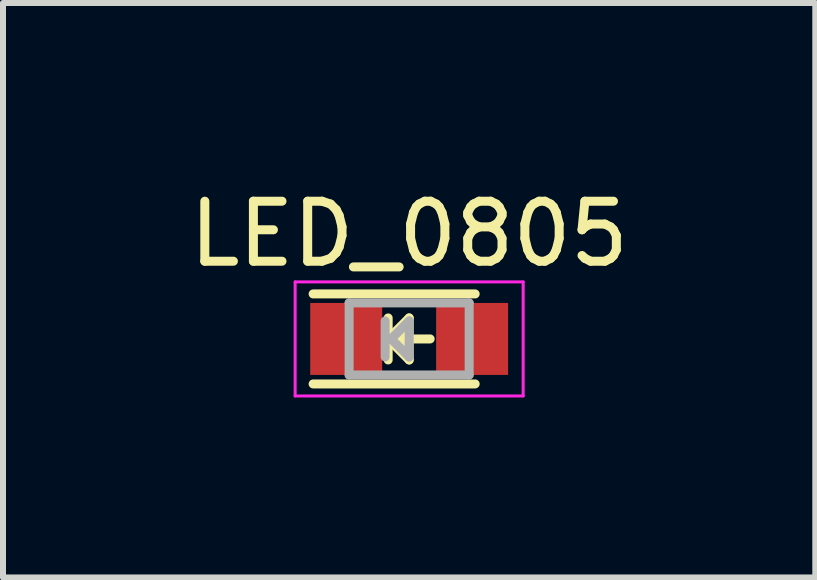
<source format=kicad_pcb>
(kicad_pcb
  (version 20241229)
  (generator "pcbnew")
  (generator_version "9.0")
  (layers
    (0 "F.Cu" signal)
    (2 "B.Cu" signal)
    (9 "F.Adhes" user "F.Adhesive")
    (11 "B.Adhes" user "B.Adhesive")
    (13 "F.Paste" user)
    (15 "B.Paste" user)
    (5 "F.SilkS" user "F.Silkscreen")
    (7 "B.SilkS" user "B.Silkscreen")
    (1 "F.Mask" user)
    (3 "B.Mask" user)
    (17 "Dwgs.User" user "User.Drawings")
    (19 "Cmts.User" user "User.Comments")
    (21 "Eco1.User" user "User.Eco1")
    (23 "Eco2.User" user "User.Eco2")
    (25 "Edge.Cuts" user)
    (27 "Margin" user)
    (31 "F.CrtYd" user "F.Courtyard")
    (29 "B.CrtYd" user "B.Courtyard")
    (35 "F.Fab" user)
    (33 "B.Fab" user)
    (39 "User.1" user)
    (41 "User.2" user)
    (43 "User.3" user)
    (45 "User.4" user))
  (footprint "LED_0805"
    (layer "F.Cu")
    (at 3.768 2.598)
    (property "Reference" "LED_0805" (at 0 -1.75 0) (layer "F.SilkS") (effects (font (size 1 1) (thickness 0.15))))
    (attr smd)
    (fp_line (start -1.6 -0.75) (end 1.1 -0.75) (stroke (width 0.15) (type solid)) (layer "F.SilkS"))
    (fp_line (start -1.6 0.75) (end 1.1 0.75) (stroke (width 0.15) (type solid)) (layer "F.SilkS"))
    (fp_line (start -0.35 -0.35) (end -0.35 0.35) (stroke (width 0.15) (type solid)) (layer "F.SilkS"))
    (fp_line (start -0.35 0) (end 0 -0.35) (stroke (width 0.15) (type solid)) (layer "F.SilkS"))
    (fp_line (start -0.1 -0.1) (end -0.25 0.05) (stroke (width 0.15) (type solid)) (layer "F.SilkS"))
    (fp_line (start -0.1 0.15) (end -0.1 -0.1) (stroke (width 0.15) (type solid)) (layer "F.SilkS"))
    (fp_line (start 0 -0.35) (end 0 0.35) (stroke (width 0.15) (type solid)) (layer "F.SilkS"))
    (fp_line (start 0 0) (end 0.35 0) (stroke (width 0.15) (type solid)) (layer "F.SilkS"))
    (fp_line (start 0 0.35) (end -0.35 0) (stroke (width 0.15) (type solid)) (layer "F.SilkS"))
    (fp_line (start -1.9 -0.95) (end 1.9 -0.95) (stroke (width 0.05) (type solid)) (layer "F.CrtYd"))
    (fp_line (start -1.9 0.95) (end -1.9 -0.95) (stroke (width 0.05) (type solid)) (layer "F.CrtYd"))
    (fp_line (start 1.9 -0.95) (end 1.9 0.95) (stroke (width 0.05) (type solid)) (layer "F.CrtYd"))
    (fp_line (start 1.9 0.95) (end -1.9 0.95) (stroke (width 0.05) (type solid)) (layer "F.CrtYd"))
    (fp_line (start -1 -0.6) (end -1 0.6) (stroke (width 0.15) (type solid)) (layer "F.Fab"))
    (fp_line (start -1 0.6) (end 1 0.6) (stroke (width 0.15) (type solid)) (layer "F.Fab"))
    (fp_line (start -0.4 -0.3) (end -0.4 0.3) (stroke (width 0.15) (type solid)) (layer "F.Fab"))
    (fp_line (start -0.3 0) (end 0 -0.3) (stroke (width 0.15) (type solid)) (layer "F.Fab"))
    (fp_line (start 0 -0.3) (end 0 0.3) (stroke (width 0.15) (type solid)) (layer "F.Fab"))
    (fp_line (start 0 0.3) (end -0.3 0) (stroke (width 0.15) (type solid)) (layer "F.Fab"))
    (fp_line (start 1 -0.6) (end -1 -0.6) (stroke (width 0.15) (type solid)) (layer "F.Fab"))
    (fp_line (start 1 0.6) (end 1 -0.6) (stroke (width 0.15) (type solid)) (layer "F.Fab"))
    (pad "1" smd rect (at -1.049 0 180) (size 1.199 1.199) (layers "F.Cu" "F.Mask" "F.Paste"))
    (pad "2" smd rect (at 1.049 0 180) (size 1.199 1.199) (layers "F.Cu" "F.Mask" "F.Paste")))
  (gr_rect
    (start -3 -3)
    (end 10.536 6.573)
    (stroke (width 0.1) (type default))
    (fill no)
    (layer "Edge.Cuts")))
</source>
